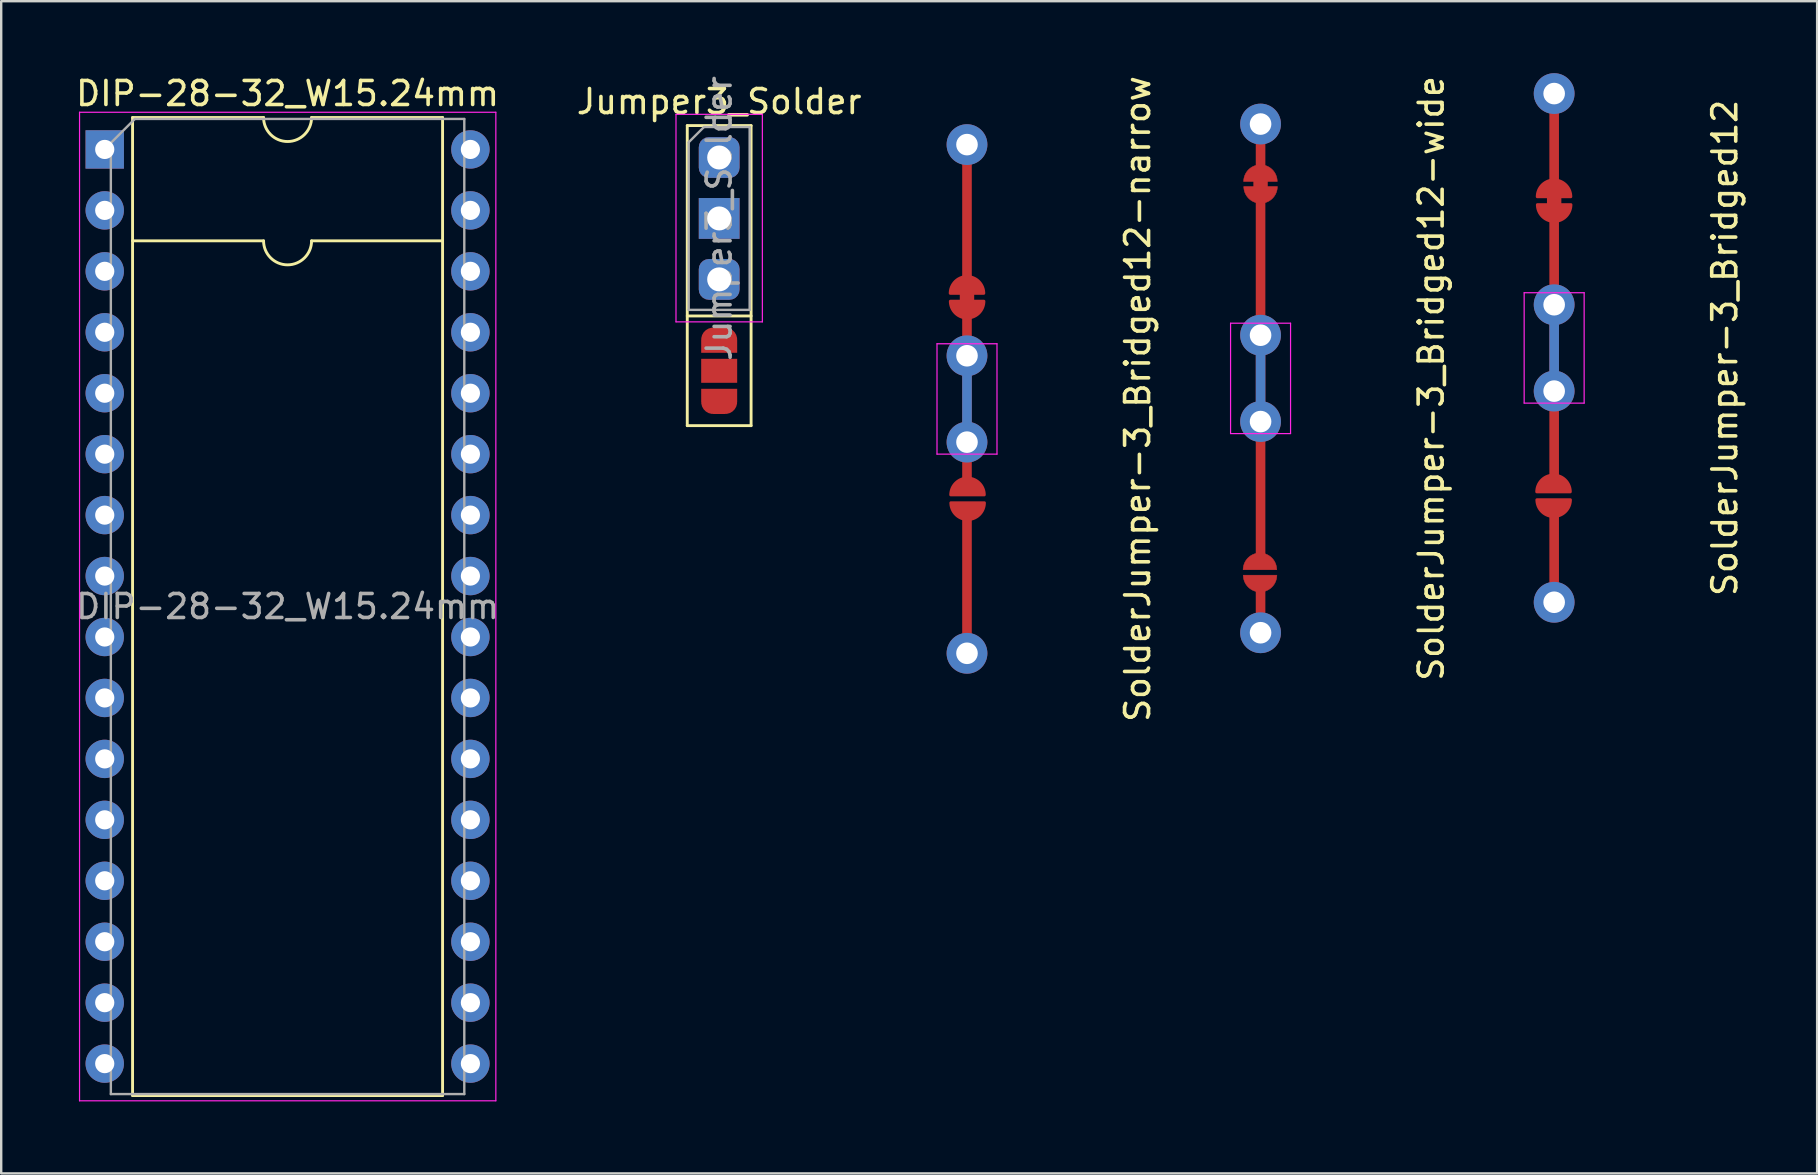
<source format=kicad_pcb>
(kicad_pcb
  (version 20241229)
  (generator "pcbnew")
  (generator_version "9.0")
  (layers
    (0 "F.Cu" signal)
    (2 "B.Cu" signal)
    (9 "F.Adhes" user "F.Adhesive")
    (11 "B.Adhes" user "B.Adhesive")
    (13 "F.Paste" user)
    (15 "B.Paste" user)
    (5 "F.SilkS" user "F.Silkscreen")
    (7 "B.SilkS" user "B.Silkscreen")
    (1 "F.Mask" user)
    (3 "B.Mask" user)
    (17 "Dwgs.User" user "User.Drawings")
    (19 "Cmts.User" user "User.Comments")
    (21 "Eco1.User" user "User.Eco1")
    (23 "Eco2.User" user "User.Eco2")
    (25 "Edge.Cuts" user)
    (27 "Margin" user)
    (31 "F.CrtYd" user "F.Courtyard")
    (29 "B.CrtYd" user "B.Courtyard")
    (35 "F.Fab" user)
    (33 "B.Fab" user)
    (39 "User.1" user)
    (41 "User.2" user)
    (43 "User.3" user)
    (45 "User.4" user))
  (footprint "SolderJumper-3_Bridged12-narrow"
    (layer "F.Cu")
    (at 37.251 13.577)
    (property "Reference" "SolderJumper-3_Bridged12-narrow" (at 7.112 0 270) (layer "F.SilkS") (effects (font (size 1 1) (thickness 0.15))))
    (attr exclude_from_pos_files exclude_from_bom)
    (fp_line (start 0 -4.6) (end 0 -10.6) (stroke (width 0.4) (type default)) (layer "F.Cu"))
    (fp_line (start 0 -1.8) (end 0 -3.9) (stroke (width 0.4) (type default)) (layer "F.Cu"))
    (fp_line (start 0 -1.8) (end 0 1.8) (stroke (width 0.4) (type default)) (layer "F.Cu"))
    (fp_line (start 0 1.724) (end 0 3.824) (stroke (width 0.4) (type default)) (layer "F.Cu"))
    (fp_line (start 0 4.524) (end 0 10.8) (stroke (width 0.4) (type default)) (layer "F.Cu"))
    (fp_poly (pts (xy -0.3 -4) (xy -0.3 -4.5) (xy 0.3 -4.5) (xy 0.3 -4)) (stroke (width 0) (type solid)) (fill yes) (layer "F.Cu"))
    (fp_poly (pts (arc (start -0.694743 -4.073702) (mid 0.005257 -3.373702) (end 0.705257 -4.073702))) (stroke (width 0.12) (type solid)) (fill yes) (layer "F.Cu"))
    (fp_poly (pts (arc (start -0.673387 4.326298) (mid 0.026613 5.026298) (end 0.726613 4.326298))) (stroke (width 0.12) (type solid)) (fill yes) (layer "F.Cu"))
    (fp_poly (pts (arc (start 0.7 -4.402012) (mid 0 -5.102012) (end -0.7 -4.402012))) (stroke (width 0.12) (type solid)) (fill yes) (layer "F.Cu"))
    (fp_poly (pts (arc (start 0.721356 3.997988) (mid 0.021356 3.297988) (end -0.678644 3.997988))) (stroke (width 0.12) (type solid)) (fill yes) (layer "F.Cu"))
    (fp_poly (pts (xy -0.3 -4) (xy -0.3 -4.5) (xy 0.3 -4.5) (xy 0.3 -4)) (stroke (width 0) (type solid)) (fill yes) (layer "F.Mask"))
    (fp_poly (pts (arc (start -0.694743 -4.073702) (mid 0.005257 -3.373702) (end 0.705257 -4.073702))) (stroke (width 0.12) (type solid)) (fill yes) (layer "F.Mask"))
    (fp_poly (pts (arc (start -0.673387 4.326298) (mid 0.026613 5.026298) (end 0.726613 4.326298))) (stroke (width 0.12) (type solid)) (fill yes) (layer "F.Mask"))
    (fp_poly (pts (arc (start 0.7 -4.402012) (mid 0 -5.102012) (end -0.7 -4.402012))) (stroke (width 0.12) (type solid)) (fill yes) (layer "F.Mask"))
    (fp_poly (pts (arc (start 0.721356 3.997988) (mid 0.021356 3.297988) (end -0.678644 3.997988))) (stroke (width 0.12) (type solid)) (fill yes) (layer "F.Mask"))
    (fp_line (start 0 -1.8) (end 0 1.8) (stroke (width 0.4) (type default)) (layer "B.Cu"))
    (fp_line (start -1.25 2.3) (end -1.25 -2.3) (stroke (width 0.05) (type solid)) (layer "F.CrtYd"))
    (fp_line (start -1.25 2.3) (end 1.25 2.3) (stroke (width 0.05) (type solid)) (layer "F.CrtYd"))
    (fp_line (start 1.25 -2.3) (end -1.25 -2.3) (stroke (width 0.05) (type solid)) (layer "F.CrtYd"))
    (fp_line (start 1.25 -2.3) (end 1.25 2.3) (stroke (width 0.05) (type solid)) (layer "F.CrtYd"))
    (pad "1" thru_hole circle (at 0 -10.6) (size 1.7 1.7) (drill 0.9) (layers "*.Cu" "*.Mask"))
    (pad "2" thru_hole circle (at 0 -1.8) (size 1.7 1.7) (drill 0.9) (layers "*.Cu" "*.Mask"))
    (pad "2" thru_hole circle (at 0 1.8) (size 1.7 1.7) (drill 0.9) (layers "*.Cu" "*.Mask"))
    (pad "3" thru_hole circle (at 0 10.6) (size 1.7 1.7) (drill 0.9) (layers "*.Cu" "*.Mask")))
  (footprint "SolderJumper-3_Bridged12"
    (layer "F.Cu")
    (at 61.722 11.45)
    (property "Reference" "SolderJumper-3_Bridged12" (at 7.112 0 270) (layer "F.SilkS") (effects (font (size 1 1) (thickness 0.15))))
    (attr exclude_from_pos_files exclude_from_bom)
    (fp_line (start 0 -10.6) (end 0 -6.6) (stroke (width 0.4) (type default)) (layer "F.Cu"))
    (fp_line (start 0 -5.7) (end 0 -1.8) (stroke (width 0.4) (type default)) (layer "F.Cu"))
    (fp_line (start 0 -1.8) (end 0 1.8) (stroke (width 0.4) (type default)) (layer "F.Cu"))
    (fp_line (start 0 5.8) (end 0 1.8) (stroke (width 0.4) (type default)) (layer "F.Cu"))
    (fp_line (start 0 10.876) (end 0 6.6) (stroke (width 0.4) (type default)) (layer "F.Cu"))
    (fp_poly (pts (xy 0.3 -6.374) (xy 0.3 -5.874) (xy -0.3 -5.874) (xy -0.3 -6.374)) (stroke (width 0) (type solid)) (fill yes) (layer "F.Cu"))
    (fp_poly (pts (arc (start -0.721356 6.327416) (mid -0.021356 7.027416) (end 0.678644 6.327416))) (stroke (width 0.12) (type solid)) (fill yes) (layer "F.Cu"))
    (fp_poly (pts (arc (start -0.7 -5.97169) (mid 0 -5.27169) (end 0.7 -5.97169))) (stroke (width 0.12) (type solid)) (fill yes) (layer "F.Cu"))
    (fp_poly (pts (arc (start 0.673387 5.999106) (mid -0.026613 5.299106) (end -0.726613 5.999106))) (stroke (width 0.12) (type solid)) (fill yes) (layer "F.Cu"))
    (fp_poly (pts (arc (start 0.694743 -6.3) (mid -0.005257 -7) (end -0.705257 -6.3))) (stroke (width 0.12) (type solid)) (fill yes) (layer "F.Cu"))
    (fp_poly (pts (xy 0.3 -6.374) (xy 0.3 -5.874) (xy -0.3 -5.874) (xy -0.3 -6.374)) (stroke (width 0) (type solid)) (fill yes) (layer "F.Mask"))
    (fp_poly (pts (arc (start -0.721356 6.327416) (mid -0.021356 7.027416) (end 0.678644 6.327416))) (stroke (width 0.12) (type solid)) (fill yes) (layer "F.Mask"))
    (fp_poly (pts (arc (start -0.7 -5.97169) (mid 0 -5.27169) (end 0.7 -5.97169))) (stroke (width 0.12) (type solid)) (fill yes) (layer "F.Mask"))
    (fp_poly (pts (arc (start 0.673387 5.999106) (mid -0.026613 5.299106) (end -0.726613 5.999106))) (stroke (width 0.12) (type solid)) (fill yes) (layer "F.Mask"))
    (fp_poly (pts (arc (start 0.694743 -6.3) (mid -0.005257 -7) (end -0.705257 -6.3))) (stroke (width 0.12) (type solid)) (fill yes) (layer "F.Mask"))
    (fp_line (start 0 -1.8) (end 0 1.8) (stroke (width 0.4) (type default)) (layer "B.Cu"))
    (fp_line (start -1.25 2.3) (end -1.25 -2.3) (stroke (width 0.05) (type solid)) (layer "F.CrtYd"))
    (fp_line (start -1.25 2.3) (end 1.25 2.3) (stroke (width 0.05) (type solid)) (layer "F.CrtYd"))
    (fp_line (start 1.25 -2.3) (end -1.25 -2.3) (stroke (width 0.05) (type solid)) (layer "F.CrtYd"))
    (fp_line (start 1.25 -2.3) (end 1.25 2.3) (stroke (width 0.05) (type solid)) (layer "F.CrtYd"))
    (pad "1" thru_hole circle (at 0 -10.6) (size 1.7 1.7) (drill 0.9) (layers "*.Cu" "*.Mask"))
    (pad "2" thru_hole circle (at 0 -1.8) (size 1.7 1.7) (drill 0.9) (layers "*.Cu" "*.Mask"))
    (pad "2" thru_hole circle (at 0 1.8) (size 1.7 1.7) (drill 0.9) (layers "*.Cu" "*.Mask"))
    (pad "3" thru_hole circle (at 0 10.6) (size 1.7 1.7) (drill 0.9) (layers "*.Cu" "*.Mask")))
  (footprint "DIP-28-32_W15.24mm"
    (layer "F.Cu")
    (at 1.315 3.178)
    (property "Reference" "DIP-28-32_W15.24mm" (at 7.62 -2.33 180) (layer "F.SilkS") (effects (font (size 1 1) (thickness 0.15))))
    (attr through_hole)
    (fp_line (start 1.16 -1.33) (end 1.16 39.43) (stroke (width 0.12) (type solid)) (layer "F.SilkS"))
    (fp_line (start 1.16 39.43) (end 14.08 39.43) (stroke (width 0.12) (type solid)) (layer "F.SilkS"))
    (fp_line (start 6.62 -1.33) (end 1.16 -1.33) (stroke (width 0.12) (type solid)) (layer "F.SilkS"))
    (fp_line (start 6.62 3.81) (end 1.16 3.81) (stroke (width 0.12) (type solid)) (layer "F.SilkS"))
    (fp_line (start 14.08 -1.33) (end 8.62 -1.33) (stroke (width 0.12) (type solid)) (layer "F.SilkS"))
    (fp_line (start 14.08 3.81) (end 8.62 3.81) (stroke (width 0.12) (type solid)) (layer "F.SilkS"))
    (fp_line (start 14.08 39.43) (end 14.08 -1.33) (stroke (width 0.12) (type solid)) (layer "F.SilkS"))
    (fp_arc (start 8.62 -1.33) (mid 7.62 -0.33) (end 6.62 -1.33) (stroke (width 0.12) (type solid)) (layer "F.SilkS"))
    (fp_arc (start 8.62 3.81) (mid 7.62 4.81) (end 6.62 3.81) (stroke (width 0.12) (type solid)) (layer "F.SilkS"))
    (fp_line (start -1.05 -1.55) (end -1.05 39.65) (stroke (width 0.05) (type solid)) (layer "F.CrtYd"))
    (fp_line (start -1.05 39.65) (end 16.3 39.65) (stroke (width 0.05) (type solid)) (layer "F.CrtYd"))
    (fp_line (start 16.3 -1.55) (end -1.05 -1.55) (stroke (width 0.05) (type solid)) (layer "F.CrtYd"))
    (fp_line (start 16.3 39.65) (end 16.3 -1.55) (stroke (width 0.05) (type solid)) (layer "F.CrtYd"))
    (fp_line (start 0.255 -0.27) (end 1.255 -1.27) (stroke (width 0.1) (type solid)) (layer "F.Fab"))
    (fp_line (start 0.255 39.37) (end 0.255 -0.27) (stroke (width 0.1) (type solid)) (layer "F.Fab"))
    (fp_line (start 1.255 -1.27) (end 14.985 -1.27) (stroke (width 0.1) (type solid)) (layer "F.Fab"))
    (fp_line (start 14.985 -1.27) (end 14.985 39.37) (stroke (width 0.1) (type solid)) (layer "F.Fab"))
    (fp_line (start 14.985 39.37) (end 0.255 39.37) (stroke (width 0.1) (type solid)) (layer "F.Fab"))
    (fp_text user "${REFERENCE}" (at 7.62 19.05 180) (layer "F.Fab") (effects (font (size 1 1) (thickness 0.15))))
    (pad "1" thru_hole rect (at 0 0) (size 1.6 1.6) (drill 0.8) (layers "*.Cu" "*.Mask"))
    (pad "2" thru_hole oval (at 0 2.54) (size 1.6 1.6) (drill 0.8) (layers "*.Cu" "*.Mask"))
    (pad "3" thru_hole oval (at 0 5.08) (size 1.6 1.6) (drill 0.8) (layers "*.Cu" "*.Mask"))
    (pad "4" thru_hole oval (at 0 7.62) (size 1.6 1.6) (drill 0.8) (layers "*.Cu" "*.Mask"))
    (pad "5" thru_hole oval (at 0 10.16) (size 1.6 1.6) (drill 0.8) (layers "*.Cu" "*.Mask"))
    (pad "6" thru_hole oval (at 0 12.7) (size 1.6 1.6) (drill 0.8) (layers "*.Cu" "*.Mask"))
    (pad "7" thru_hole oval (at 0 15.24) (size 1.6 1.6) (drill 0.8) (layers "*.Cu" "*.Mask"))
    (pad "8" thru_hole oval (at 0 17.78) (size 1.6 1.6) (drill 0.8) (layers "*.Cu" "*.Mask"))
    (pad "9" thru_hole oval (at 0 20.32) (size 1.6 1.6) (drill 0.8) (layers "*.Cu" "*.Mask"))
    (pad "10" thru_hole oval (at 0 22.86) (size 1.6 1.6) (drill 0.8) (layers "*.Cu" "*.Mask"))
    (pad "11" thru_hole oval (at 0 25.4) (size 1.6 1.6) (drill 0.8) (layers "*.Cu" "*.Mask"))
    (pad "12" thru_hole oval (at 0 27.94) (size 1.6 1.6) (drill 0.8) (layers "*.Cu" "*.Mask"))
    (pad "13" thru_hole oval (at 0 30.48) (size 1.6 1.6) (drill 0.8) (layers "*.Cu" "*.Mask"))
    (pad "14" thru_hole oval (at 0 33.02) (size 1.6 1.6) (drill 0.8) (layers "*.Cu" "*.Mask"))
    (pad "15" thru_hole oval (at 0 35.56) (size 1.6 1.6) (drill 0.8) (layers "*.Cu" "*.Mask"))
    (pad "16" thru_hole oval (at 0 38.1) (size 1.6 1.6) (drill 0.8) (layers "*.Cu" "*.Mask"))
    (pad "17" thru_hole oval (at 15.24 38.1) (size 1.6 1.6) (drill 0.8) (layers "*.Cu" "*.Mask"))
    (pad "18" thru_hole oval (at 15.24 35.56) (size 1.6 1.6) (drill 0.8) (layers "*.Cu" "*.Mask"))
    (pad "19" thru_hole oval (at 15.24 33.02) (size 1.6 1.6) (drill 0.8) (layers "*.Cu" "*.Mask"))
    (pad "20" thru_hole oval (at 15.24 30.48) (size 1.6 1.6) (drill 0.8) (layers "*.Cu" "*.Mask"))
    (pad "21" thru_hole oval (at 15.24 27.94) (size 1.6 1.6) (drill 0.8) (layers "*.Cu" "*.Mask"))
    (pad "22" thru_hole oval (at 15.24 25.4) (size 1.6 1.6) (drill 0.8) (layers "*.Cu" "*.Mask"))
    (pad "23" thru_hole oval (at 15.24 22.86) (size 1.6 1.6) (drill 0.8) (layers "*.Cu" "*.Mask"))
    (pad "24" thru_hole oval (at 15.24 20.32) (size 1.6 1.6) (drill 0.8) (layers "*.Cu" "*.Mask"))
    (pad "25" thru_hole oval (at 15.24 17.78) (size 1.6 1.6) (drill 0.8) (layers "*.Cu" "*.Mask"))
    (pad "26" thru_hole oval (at 15.24 15.24) (size 1.6 1.6) (drill 0.8) (layers "*.Cu" "*.Mask"))
    (pad "27" thru_hole oval (at 15.24 12.7) (size 1.6 1.6) (drill 0.8) (layers "*.Cu" "*.Mask"))
    (pad "28" thru_hole oval (at 15.24 10.16) (size 1.6 1.6) (drill 0.8) (layers "*.Cu" "*.Mask"))
    (pad "29" thru_hole oval (at 15.24 7.62) (size 1.6 1.6) (drill 0.8) (layers "*.Cu" "*.Mask"))
    (pad "30" thru_hole oval (at 15.24 5.08) (size 1.6 1.6) (drill 0.8) (layers "*.Cu" "*.Mask"))
    (pad "31" thru_hole oval (at 15.24 2.54) (size 1.6 1.6) (drill 0.8) (layers "*.Cu" "*.Mask"))
    (pad "32" thru_hole oval (at 15.24 0) (size 1.6 1.6) (drill 0.8) (layers "*.Cu" "*.Mask")))
  (footprint "SolderJumper-3_Bridged12-wide"
    (layer "F.Cu")
    (at 49.486 12.72)
    (property "Reference" "SolderJumper-3_Bridged12-wide" (at 7.112 0 270) (layer "F.SilkS") (effects (font (size 1 1) (thickness 0.15))))
    (attr exclude_from_pos_files exclude_from_bom)
    (fp_line (start 0 -10.6) (end 0 -8.5) (stroke (width 0.4) (type default)) (layer "F.Cu"))
    (fp_line (start 0 -7.8) (end 0 -1.8) (stroke (width 0.4) (type default)) (layer "F.Cu"))
    (fp_line (start 0 -1.8) (end 0 1.8) (stroke (width 0.4) (type default)) (layer "F.Cu"))
    (fp_line (start 0 7.7) (end 0 1.8) (stroke (width 0.4) (type default)) (layer "F.Cu"))
    (fp_line (start 0 10.876) (end 0 8.5) (stroke (width 0.4) (type default)) (layer "F.Cu"))
    (fp_poly (pts (xy 0.3 -8.4) (xy 0.3 -7.8) (xy -0.3 -7.8) (xy -0.3 -8.4)) (stroke (width 0) (type solid)) (fill yes) (layer "F.Cu"))
    (fp_poly (pts (arc (start -0.721356 8.2) (mid -0.021356 8.9) (end 0.678644 8.2))) (stroke (width 0.02) (type solid)) (fill yes) (layer "F.Cu"))
    (fp_poly (pts (arc (start -0.7 -7.997988) (mid 0 -7.297988) (end 0.7 -7.997988))) (stroke (width 0.02) (type solid)) (fill yes) (layer "F.Cu"))
    (fp_poly (pts (arc (start 0.673387 7.976632) (mid -0.026613 7.276632) (end -0.726613 7.976632))) (stroke (width 0.02) (type solid)) (fill yes) (layer "F.Cu"))
    (fp_poly (pts (arc (start 0.694743 -8.203325) (mid -0.005257 -8.903325) (end -0.705257 -8.203325))) (stroke (width 0.02) (type solid)) (fill yes) (layer "F.Cu"))
    (fp_poly (pts (xy 0.3 -8.4) (xy 0.3 -7.8) (xy -0.3 -7.8) (xy -0.3 -8.4)) (stroke (width 0) (type solid)) (fill yes) (layer "F.Mask"))
    (fp_poly (pts (arc (start -0.721356 8.2) (mid -0.021356 8.9) (end 0.678644 8.2))) (stroke (width 0.02) (type solid)) (fill yes) (layer "F.Mask"))
    (fp_poly (pts (arc (start -0.7 -7.997988) (mid 0 -7.297988) (end 0.7 -7.997988))) (stroke (width 0.02) (type solid)) (fill yes) (layer "F.Mask"))
    (fp_poly (pts (arc (start 0.673387 7.976632) (mid -0.026613 7.276632) (end -0.726613 7.976632))) (stroke (width 0.02) (type solid)) (fill yes) (layer "F.Mask"))
    (fp_poly (pts (arc (start 0.694743 -8.203325) (mid -0.005257 -8.903325) (end -0.705257 -8.203325))) (stroke (width 0.02) (type solid)) (fill yes) (layer "F.Mask"))
    (fp_line (start 0 -1.8) (end 0 1.8) (stroke (width 0.4) (type default)) (layer "B.Cu"))
    (fp_line (start -1.25 2.3) (end -1.25 -2.3) (stroke (width 0.05) (type solid)) (layer "F.CrtYd"))
    (fp_line (start -1.25 2.3) (end 1.25 2.3) (stroke (width 0.05) (type solid)) (layer "F.CrtYd"))
    (fp_line (start 1.25 -2.3) (end -1.25 -2.3) (stroke (width 0.05) (type solid)) (layer "F.CrtYd"))
    (fp_line (start 1.25 -2.3) (end 1.25 2.3) (stroke (width 0.05) (type solid)) (layer "F.CrtYd"))
    (pad "1" thru_hole circle (at 0 -10.6) (size 1.7 1.7) (drill 0.9) (layers "*.Cu" "*.Mask"))
    (pad "2" thru_hole circle (at 0 -1.8) (size 1.7 1.7) (drill 0.9) (layers "*.Cu" "*.Mask"))
    (pad "2" thru_hole circle (at 0 1.8) (size 1.7 1.7) (drill 0.9) (layers "*.Cu" "*.Mask"))
    (pad "3" thru_hole circle (at 0 10.6) (size 1.7 1.7) (drill 0.9) (layers "*.Cu" "*.Mask")))
  (footprint "Jumper3_Solder"
    (layer "F.Cu")
    (at 26.923 3.514)
    (property "Reference" "Jumper3_Solder" (at 0 -2.33 0) (layer "F.SilkS") (effects (font (size 1 1) (thickness 0.15))))
    (attr through_hole)
    (fp_line (start -1.33 -1.33) (end -1.33 11.176) (stroke (width 0.12) (type solid)) (layer "F.SilkS"))
    (fp_line (start -1.33 -1.33) (end 1.33 -1.33) (stroke (width 0.12) (type solid)) (layer "F.SilkS"))
    (fp_line (start -1.33 6.604) (end 1.33 6.604) (stroke (width 0.12) (type solid)) (layer "F.SilkS"))
    (fp_line (start -1.33 11.176) (end 1.33 11.176) (stroke (width 0.12) (type solid)) (layer "F.SilkS"))
    (fp_line (start 1.33 -1.33) (end 1.33 11.176) (stroke (width 0.12) (type solid)) (layer "F.SilkS"))
    (fp_line (start -1.8 -1.8) (end -1.8 6.85) (stroke (width 0.05) (type solid)) (layer "F.CrtYd"))
    (fp_line (start -1.8 6.85) (end 1.8 6.85) (stroke (width 0.05) (type solid)) (layer "F.CrtYd"))
    (fp_line (start 1.8 -1.8) (end -1.8 -1.8) (stroke (width 0.05) (type solid)) (layer "F.CrtYd"))
    (fp_line (start 1.8 6.85) (end 1.8 -1.8) (stroke (width 0.05) (type solid)) (layer "F.CrtYd"))
    (fp_line (start -1.27 -0.635) (end -0.635 -1.27) (stroke (width 0.1) (type solid)) (layer "F.Fab"))
    (fp_line (start -1.27 6.35) (end -1.27 -0.635) (stroke (width 0.1) (type solid)) (layer "F.Fab"))
    (fp_line (start -0.635 -1.27) (end 1.27 -1.27) (stroke (width 0.1) (type solid)) (layer "F.Fab"))
    (fp_line (start 1.27 -1.27) (end 1.27 6.35) (stroke (width 0.1) (type solid)) (layer "F.Fab"))
    (fp_line (start 1.27 6.35) (end -1.27 6.35) (stroke (width 0.1) (type solid)) (layer "F.Fab"))
    (fp_text user "${REFERENCE}" (at 0 2.54 90) (layer "F.Fab") (effects (font (size 1 1) (thickness 0.15))))
    (pad "1" thru_hole roundrect (at 0 0) (size 1.7 1.7) (drill 1) (layers "*.Cu" "*.Mask") (roundrect_rratio 0.25))
    (pad "1" smd custom (at 0 7.59 270) (size 1 0.5) (layers "F.Cu" "F.Mask") (options (anchor rect)) (primitives (gr_circle (center 0 0.25) (end 0.5 0.25) (width 0) (fill yes)) (gr_circle (center 0 -0.25) (end 0.5 -0.25) (width 0) (fill yes)) (gr_poly (pts (xy 0.55 0.75) (xy 0 0.75) (xy 0 -0.75) (xy 0.55 -0.75)) (width 0) (fill yes))))
    (pad "2" thru_hole rect (at 0 2.54) (size 1.7 1.7) (drill 1) (layers "*.Cu" "*.Mask"))
    (pad "2" smd rect (at 0 8.89 270) (size 1 1.5) (layers "F.Cu" "F.Mask"))
    (pad "3" thru_hole roundrect (at 0 5.08) (size 1.7 1.7) (drill 1) (layers "*.Cu" "*.Mask") (roundrect_rratio 0.25))
    (pad "3" smd custom (at 0 10.19 270) (size 1 0.5) (layers "F.Cu" "F.Mask") (options (anchor rect)) (primitives (gr_circle (center 0 0.25) (end 0.5 0.25) (width 0) (fill yes)) (gr_circle (center 0 -0.25) (end 0.5 -0.25) (width 0) (fill yes)) (gr_poly (pts (xy 0 0.75) (xy -0.55 0.75) (xy -0.55 -0.75) (xy 0 -0.75)) (width 0) (fill yes)))))
  (gr_rect
    (start -3 -3)
    (end 72.682 45.853)
    (stroke (width 0.1) (type default))
    (fill no)
    (layer "Edge.Cuts")))
</source>
